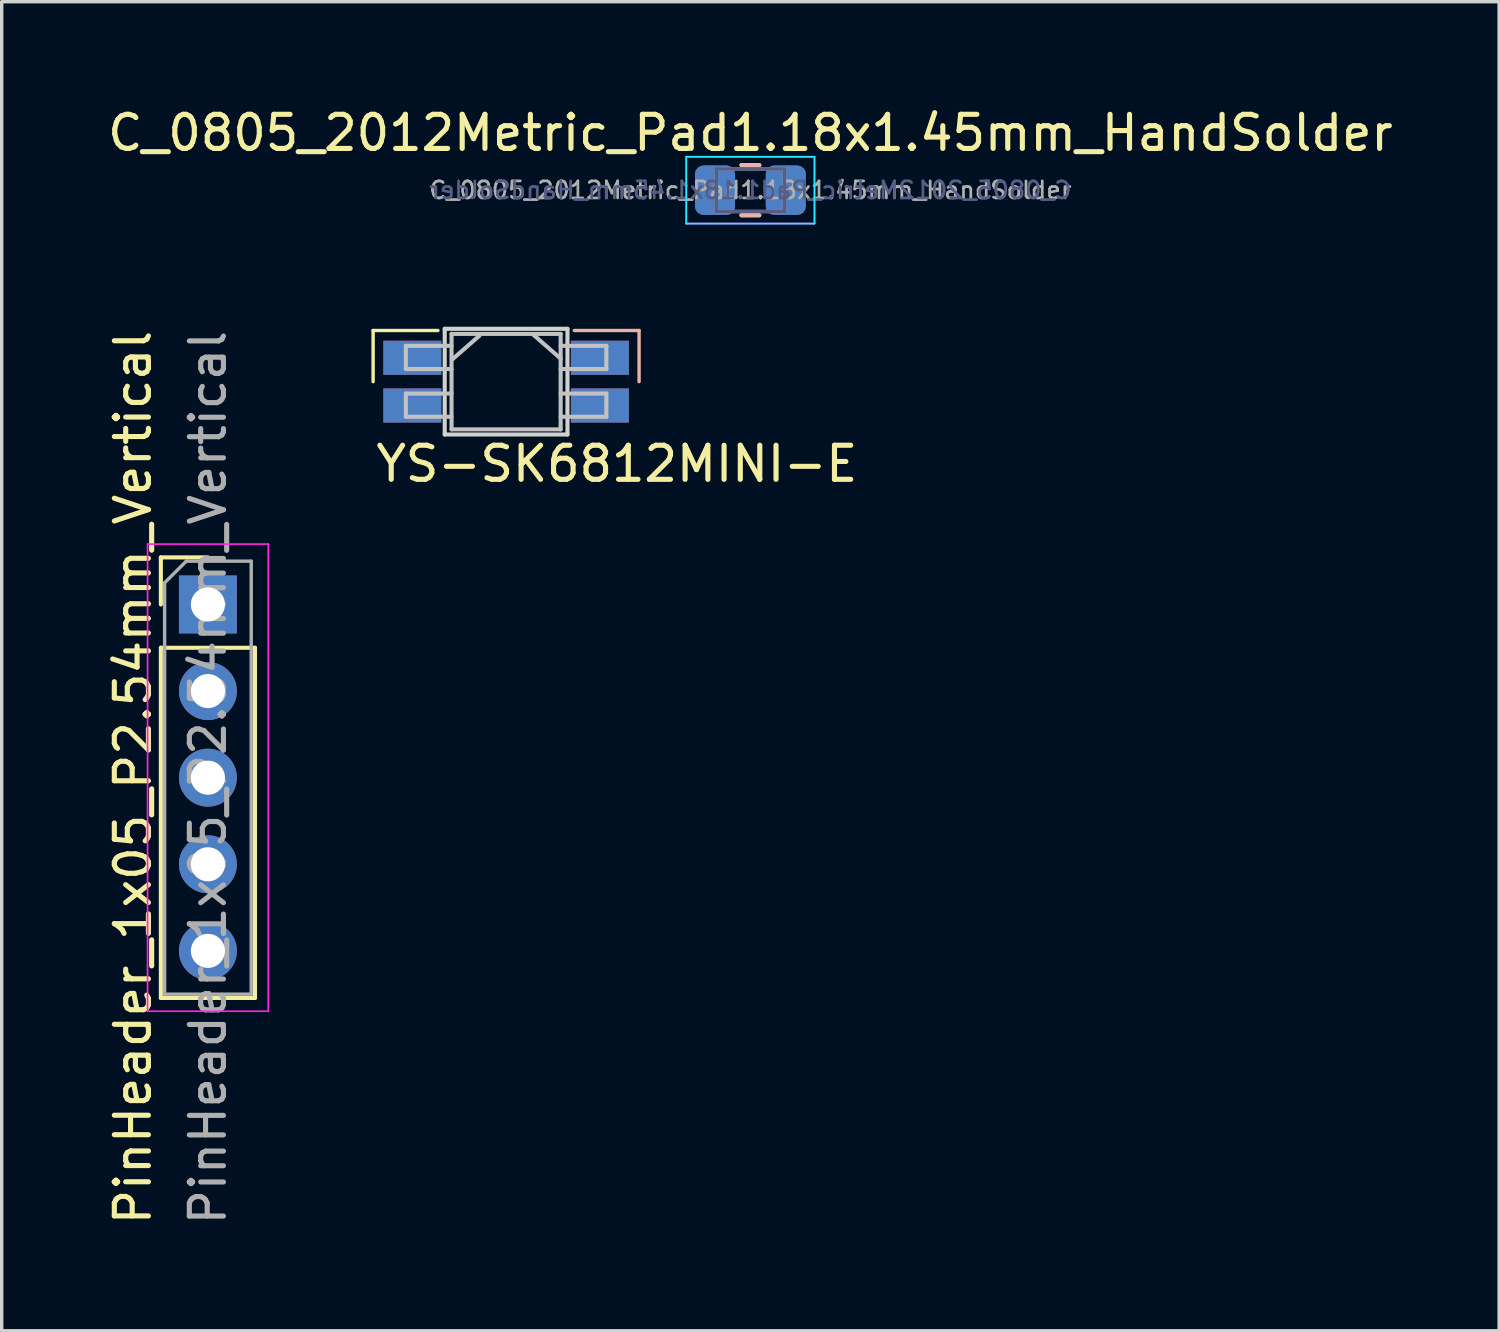
<source format=kicad_pcb>
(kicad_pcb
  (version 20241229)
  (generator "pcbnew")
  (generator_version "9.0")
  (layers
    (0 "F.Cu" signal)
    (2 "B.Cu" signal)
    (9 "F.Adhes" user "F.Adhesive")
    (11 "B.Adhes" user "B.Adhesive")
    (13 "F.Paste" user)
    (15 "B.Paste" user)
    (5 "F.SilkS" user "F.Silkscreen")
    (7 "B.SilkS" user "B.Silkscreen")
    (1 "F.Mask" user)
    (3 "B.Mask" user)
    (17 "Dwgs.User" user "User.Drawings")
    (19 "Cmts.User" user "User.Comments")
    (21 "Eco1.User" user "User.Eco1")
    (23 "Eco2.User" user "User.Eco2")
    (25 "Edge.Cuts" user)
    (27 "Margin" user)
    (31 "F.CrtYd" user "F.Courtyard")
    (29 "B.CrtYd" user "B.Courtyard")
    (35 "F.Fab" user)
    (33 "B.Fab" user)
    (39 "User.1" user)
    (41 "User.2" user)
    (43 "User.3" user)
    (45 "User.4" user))
  (footprint "PinHeader_1x05_P2.54mm_Vertical"
    (layer "F.Cu")
    (at 3.048 14.678)
    (property "Reference" "PinHeader_1x05_P2.54mm_Vertical" (at -2.2 5.075 270) (layer "F.SilkS") (effects (font (size 1 1) (thickness 0.15))))
    (attr through_hole)
    (fp_line (start -1.38 -1.38) (end 0 -1.38) (stroke (width 0.12) (type solid)) (layer "F.SilkS"))
    (fp_line (start -1.38 0) (end -1.38 -1.38) (stroke (width 0.12) (type solid)) (layer "F.SilkS"))
    (fp_line (start -1.38 1.27) (end -1.38 11.54) (stroke (width 0.12) (type solid)) (layer "F.SilkS"))
    (fp_line (start -1.38 1.27) (end 1.38 1.27) (stroke (width 0.12) (type solid)) (layer "F.SilkS"))
    (fp_line (start -1.38 11.54) (end 1.38 11.54) (stroke (width 0.12) (type solid)) (layer "F.SilkS"))
    (fp_line (start 1.38 1.27) (end 1.38 11.54) (stroke (width 0.12) (type solid)) (layer "F.SilkS"))
    (fp_line (start -1.77 -1.77) (end -1.77 11.93) (stroke (width 0.05) (type solid)) (layer "F.CrtYd"))
    (fp_line (start -1.77 11.93) (end 1.77 11.93) (stroke (width 0.05) (type solid)) (layer "F.CrtYd"))
    (fp_line (start 1.77 -1.77) (end -1.77 -1.77) (stroke (width 0.05) (type solid)) (layer "F.CrtYd"))
    (fp_line (start 1.77 11.93) (end 1.77 -1.77) (stroke (width 0.05) (type solid)) (layer "F.CrtYd"))
    (fp_line (start -1.27 -0.635) (end -0.635 -1.27) (stroke (width 0.1) (type solid)) (layer "F.Fab"))
    (fp_line (start -1.27 11.43) (end -1.27 -0.635) (stroke (width 0.1) (type solid)) (layer "F.Fab"))
    (fp_line (start -0.635 -1.27) (end 1.27 -1.27) (stroke (width 0.1) (type solid)) (layer "F.Fab"))
    (fp_line (start 1.27 -1.27) (end 1.27 11.43) (stroke (width 0.1) (type solid)) (layer "F.Fab"))
    (fp_line (start 1.27 11.43) (end -1.27 11.43) (stroke (width 0.1) (type solid)) (layer "F.Fab"))
    (fp_text user "${REFERENCE}" (at 0 5.08 90) (layer "F.Fab") (effects (font (size 1 1) (thickness 0.15))))
    (pad "1" thru_hole rect (at 0 0) (size 1.7 1.7) (drill 1) (layers "*.Cu" "F.Mask"))
    (pad "2" thru_hole circle (at 0 2.54) (size 1.7 1.7) (drill 1) (layers "*.Cu" "F.Mask"))
    (pad "3" thru_hole circle (at 0 5.08) (size 1.7 1.7) (drill 1) (layers "*.Cu" "F.Mask"))
    (pad "4" thru_hole circle (at 0 7.62) (size 1.7 1.7) (drill 1) (layers "*.Cu" "F.Mask"))
    (pad "5" thru_hole circle (at 0 10.16) (size 1.7 1.7) (drill 1) (layers "*.Cu" "F.Mask")))
  (footprint "YS-SK6812MINI-E"
    (layer "F.Cu")
    (at 11.793 8.143)
    (property "Reference" "YS-SK6812MINI-E" (at 3.25 2.41 0) (layer "F.SilkS") (effects (font (size 1 1) (thickness 0.15))))
    (attr through_hole)
    (fp_line (start -3.9 -1.5) (end -3.9 0) (stroke (width 0.1) (type solid)) (layer "F.SilkS"))
    (fp_line (start -2 -1.5) (end -3.9 -1.5) (stroke (width 0.1) (type solid)) (layer "F.SilkS"))
    (fp_line (start 2 -1.5) (end 3.9 -1.5) (stroke (width 0.1) (type solid)) (layer "B.SilkS"))
    (fp_line (start 3.9 -1.5) (end 3.9 0) (stroke (width 0.1) (type solid)) (layer "B.SilkS"))
    (fp_line (start -2.94 -1.05) (end -2.94 -0.37) (stroke (width 0.12) (type solid)) (layer "Dwgs.User"))
    (fp_line (start -2.94 -0.37) (end -1.6 -0.37) (stroke (width 0.12) (type solid)) (layer "Dwgs.User"))
    (fp_line (start -2.94 0.35) (end -2.94 1.03) (stroke (width 0.12) (type solid)) (layer "Dwgs.User"))
    (fp_line (start -2.94 1.03) (end -1.6 1.03) (stroke (width 0.12) (type solid)) (layer "Dwgs.User"))
    (fp_line (start -1.6 -1.4) (end -1.6 1.4) (stroke (width 0.12) (type solid)) (layer "Dwgs.User"))
    (fp_line (start -1.6 -1.4) (end 1.6 -1.4) (stroke (width 0.12) (type solid)) (layer "Dwgs.User"))
    (fp_line (start -1.6 -1.05) (end -2.94 -1.05) (stroke (width 0.12) (type solid)) (layer "Dwgs.User"))
    (fp_line (start -1.6 0.35) (end -2.94 0.35) (stroke (width 0.12) (type solid)) (layer "Dwgs.User"))
    (fp_line (start -1.6 1.4) (end 1.6 1.4) (stroke (width 0.12) (type solid)) (layer "Dwgs.User"))
    (fp_line (start -0.78 -1.35) (end -1.58 -0.65) (stroke (width 0.12) (type solid)) (layer "Dwgs.User"))
    (fp_line (start 0.8 -1.375) (end 1.6 -0.675) (stroke (width 0.12) (type solid)) (layer "Dwgs.User"))
    (fp_line (start 1.6 -1.4) (end 1.6 1.4) (stroke (width 0.12) (type solid)) (layer "Dwgs.User"))
    (fp_line (start 1.6 -0.37) (end 2.94 -0.37) (stroke (width 0.12) (type solid)) (layer "Dwgs.User"))
    (fp_line (start 1.6 1.03) (end 2.94 1.03) (stroke (width 0.12) (type solid)) (layer "Dwgs.User"))
    (fp_line (start 2.94 -1.05) (end 1.6 -1.05) (stroke (width 0.12) (type solid)) (layer "Dwgs.User"))
    (fp_line (start 2.94 -0.37) (end 2.94 -1.05) (stroke (width 0.12) (type solid)) (layer "Dwgs.User"))
    (fp_line (start 2.94 0.35) (end 1.6 0.35) (stroke (width 0.12) (type solid)) (layer "Dwgs.User"))
    (fp_line (start 2.94 1.03) (end 2.94 0.35) (stroke (width 0.12) (type solid)) (layer "Dwgs.User"))
    (fp_line (start -1.8 -1.55) (end -1.8 1.55) (stroke (width 0.12) (type solid)) (layer "Edge.Cuts"))
    (fp_line (start -1.8 1.55) (end 1.8 1.55) (stroke (width 0.12) (type solid)) (layer "Edge.Cuts"))
    (fp_line (start 1.8 -1.55) (end -1.8 -1.55) (stroke (width 0.12) (type solid)) (layer "Edge.Cuts"))
    (fp_line (start 1.8 1.55) (end 1.8 -1.55) (stroke (width 0.12) (type solid)) (layer "Edge.Cuts"))
    (pad "1" smd rect (at -2.75 -0.7) (size 1.7 1) (layers "B.Cu" "B.Mask" "B.Paste"))
    (pad "1" smd rect (at 2.75 -0.7) (size 1.7 1) (layers "F.Cu" "F.Mask" "F.Paste"))
    (pad "2" smd rect (at -2.75 -0.7) (size 1.7 1) (layers "F.Cu" "F.Mask" "F.Paste"))
    (pad "2" smd rect (at 2.75 -0.7) (size 1.7 1) (layers "B.Cu" "B.Mask" "B.Paste"))
    (pad "3" smd rect (at -2.75 0.7) (size 1.7 1) (layers "F.Cu" "F.Mask" "F.Paste"))
    (pad "3" smd rect (at 2.75 0.7) (size 1.7 1) (layers "B.Cu" "B.Mask" "B.Paste"))
    (pad "4" smd rect (at -2.75 0.7) (size 1.7 1) (layers "B.Cu" "B.Mask" "B.Paste"))
    (pad "4" smd rect (at 2.75 0.7) (size 1.7 1) (layers "F.Cu" "F.Mask" "F.Paste")))
  (footprint "C_0805_2012Metric_Pad1.18x1.45mm_HandSolder"
    (layer "F.Cu")
    (at 18.958 2.528)
    (property "Reference" "C_0805_2012Metric_Pad1.18x1.45mm_HandSolder" (at 0 -1.68 0) (layer "F.SilkS") (effects (font (size 1 1) (thickness 0.15))))
    (attr smd)
    (fp_line (start -0.261 -0.735) (end 0.261 -0.735) (stroke (width 0.12) (type solid)) (layer "F.SilkS"))
    (fp_line (start -0.261 0.735) (end 0.261 0.735) (stroke (width 0.12) (type solid)) (layer "F.SilkS"))
    (fp_line (start 0.261 -0.735) (end -0.261 -0.735) (stroke (width 0.12) (type solid)) (layer "B.SilkS"))
    (fp_line (start 0.261 0.735) (end -0.261 0.735) (stroke (width 0.12) (type solid)) (layer "B.SilkS"))
    (fp_line (start -1.88 -0.98) (end -1.88 0.98) (stroke (width 0.05) (type solid)) (layer "B.CrtYd"))
    (fp_line (start -1.88 0.98) (end 1.88 0.98) (stroke (width 0.05) (type solid)) (layer "B.CrtYd"))
    (fp_line (start 1.88 -0.98) (end -1.88 -0.98) (stroke (width 0.05) (type solid)) (layer "B.CrtYd"))
    (fp_line (start 1.88 0.98) (end 1.88 -0.98) (stroke (width 0.05) (type solid)) (layer "B.CrtYd"))
    (fp_line (start -1.88 -0.98) (end 1.88 -0.98) (stroke (width 0.05) (type solid)) (layer "F.CrtYd"))
    (fp_line (start -1.88 0.98) (end -1.88 -0.98) (stroke (width 0.05) (type solid)) (layer "F.CrtYd"))
    (fp_line (start 1.88 -0.98) (end 1.88 0.98) (stroke (width 0.05) (type solid)) (layer "F.CrtYd"))
    (fp_line (start 1.88 0.98) (end -1.88 0.98) (stroke (width 0.05) (type solid)) (layer "F.CrtYd"))
    (fp_line (start -1 -0.625) (end -1 0.625) (stroke (width 0.1) (type solid)) (layer "B.Fab"))
    (fp_line (start -1 0.625) (end 1 0.625) (stroke (width 0.1) (type solid)) (layer "B.Fab"))
    (fp_line (start 1 -0.625) (end -1 -0.625) (stroke (width 0.1) (type solid)) (layer "B.Fab"))
    (fp_line (start 1 0.625) (end 1 -0.625) (stroke (width 0.1) (type solid)) (layer "B.Fab"))
    (fp_line (start -1 -0.625) (end 1 -0.625) (stroke (width 0.1) (type solid)) (layer "F.Fab"))
    (fp_line (start -1 0.625) (end -1 -0.625) (stroke (width 0.1) (type solid)) (layer "F.Fab"))
    (fp_line (start 1 -0.625) (end 1 0.625) (stroke (width 0.1) (type solid)) (layer "F.Fab"))
    (fp_line (start 1 0.625) (end -1 0.625) (stroke (width 0.1) (type solid)) (layer "F.Fab"))
    (fp_text user "${REFERENCE}" (at 0 0 0) (layer "B.Fab") (effects (font (size 0.5 0.5) (thickness 0.08)) (justify mirror)))
    (fp_text user "${REFERENCE}" (at 0 0 0) (layer "F.Fab") (effects (font (size 0.5 0.5) (thickness 0.08))))
    (pad "1" smd roundrect (at -1.038 0) (size 1.175 1.45) (layers "F.Cu" "F.Mask" "F.Paste") (roundrect_rratio 0.213))
    (pad "1" smd roundrect (at -1.038 0) (size 1.175 1.45) (layers "B.Cu" "B.Mask" "B.Paste") (roundrect_rratio 0.213))
    (pad "2" smd roundrect (at 1.038 0) (size 1.175 1.45) (layers "F.Cu" "F.Mask" "F.Paste") (roundrect_rratio 0.213))
    (pad "2" smd roundrect (at 1.038 0) (size 1.175 1.45) (layers "B.Cu" "B.Mask" "B.Paste") (roundrect_rratio 0.213)))
  (gr_rect
    (start -3 -3)
    (end 40.917 35.979)
    (stroke (width 0.1) (type default))
    (fill no)
    (layer "Edge.Cuts")))
</source>
